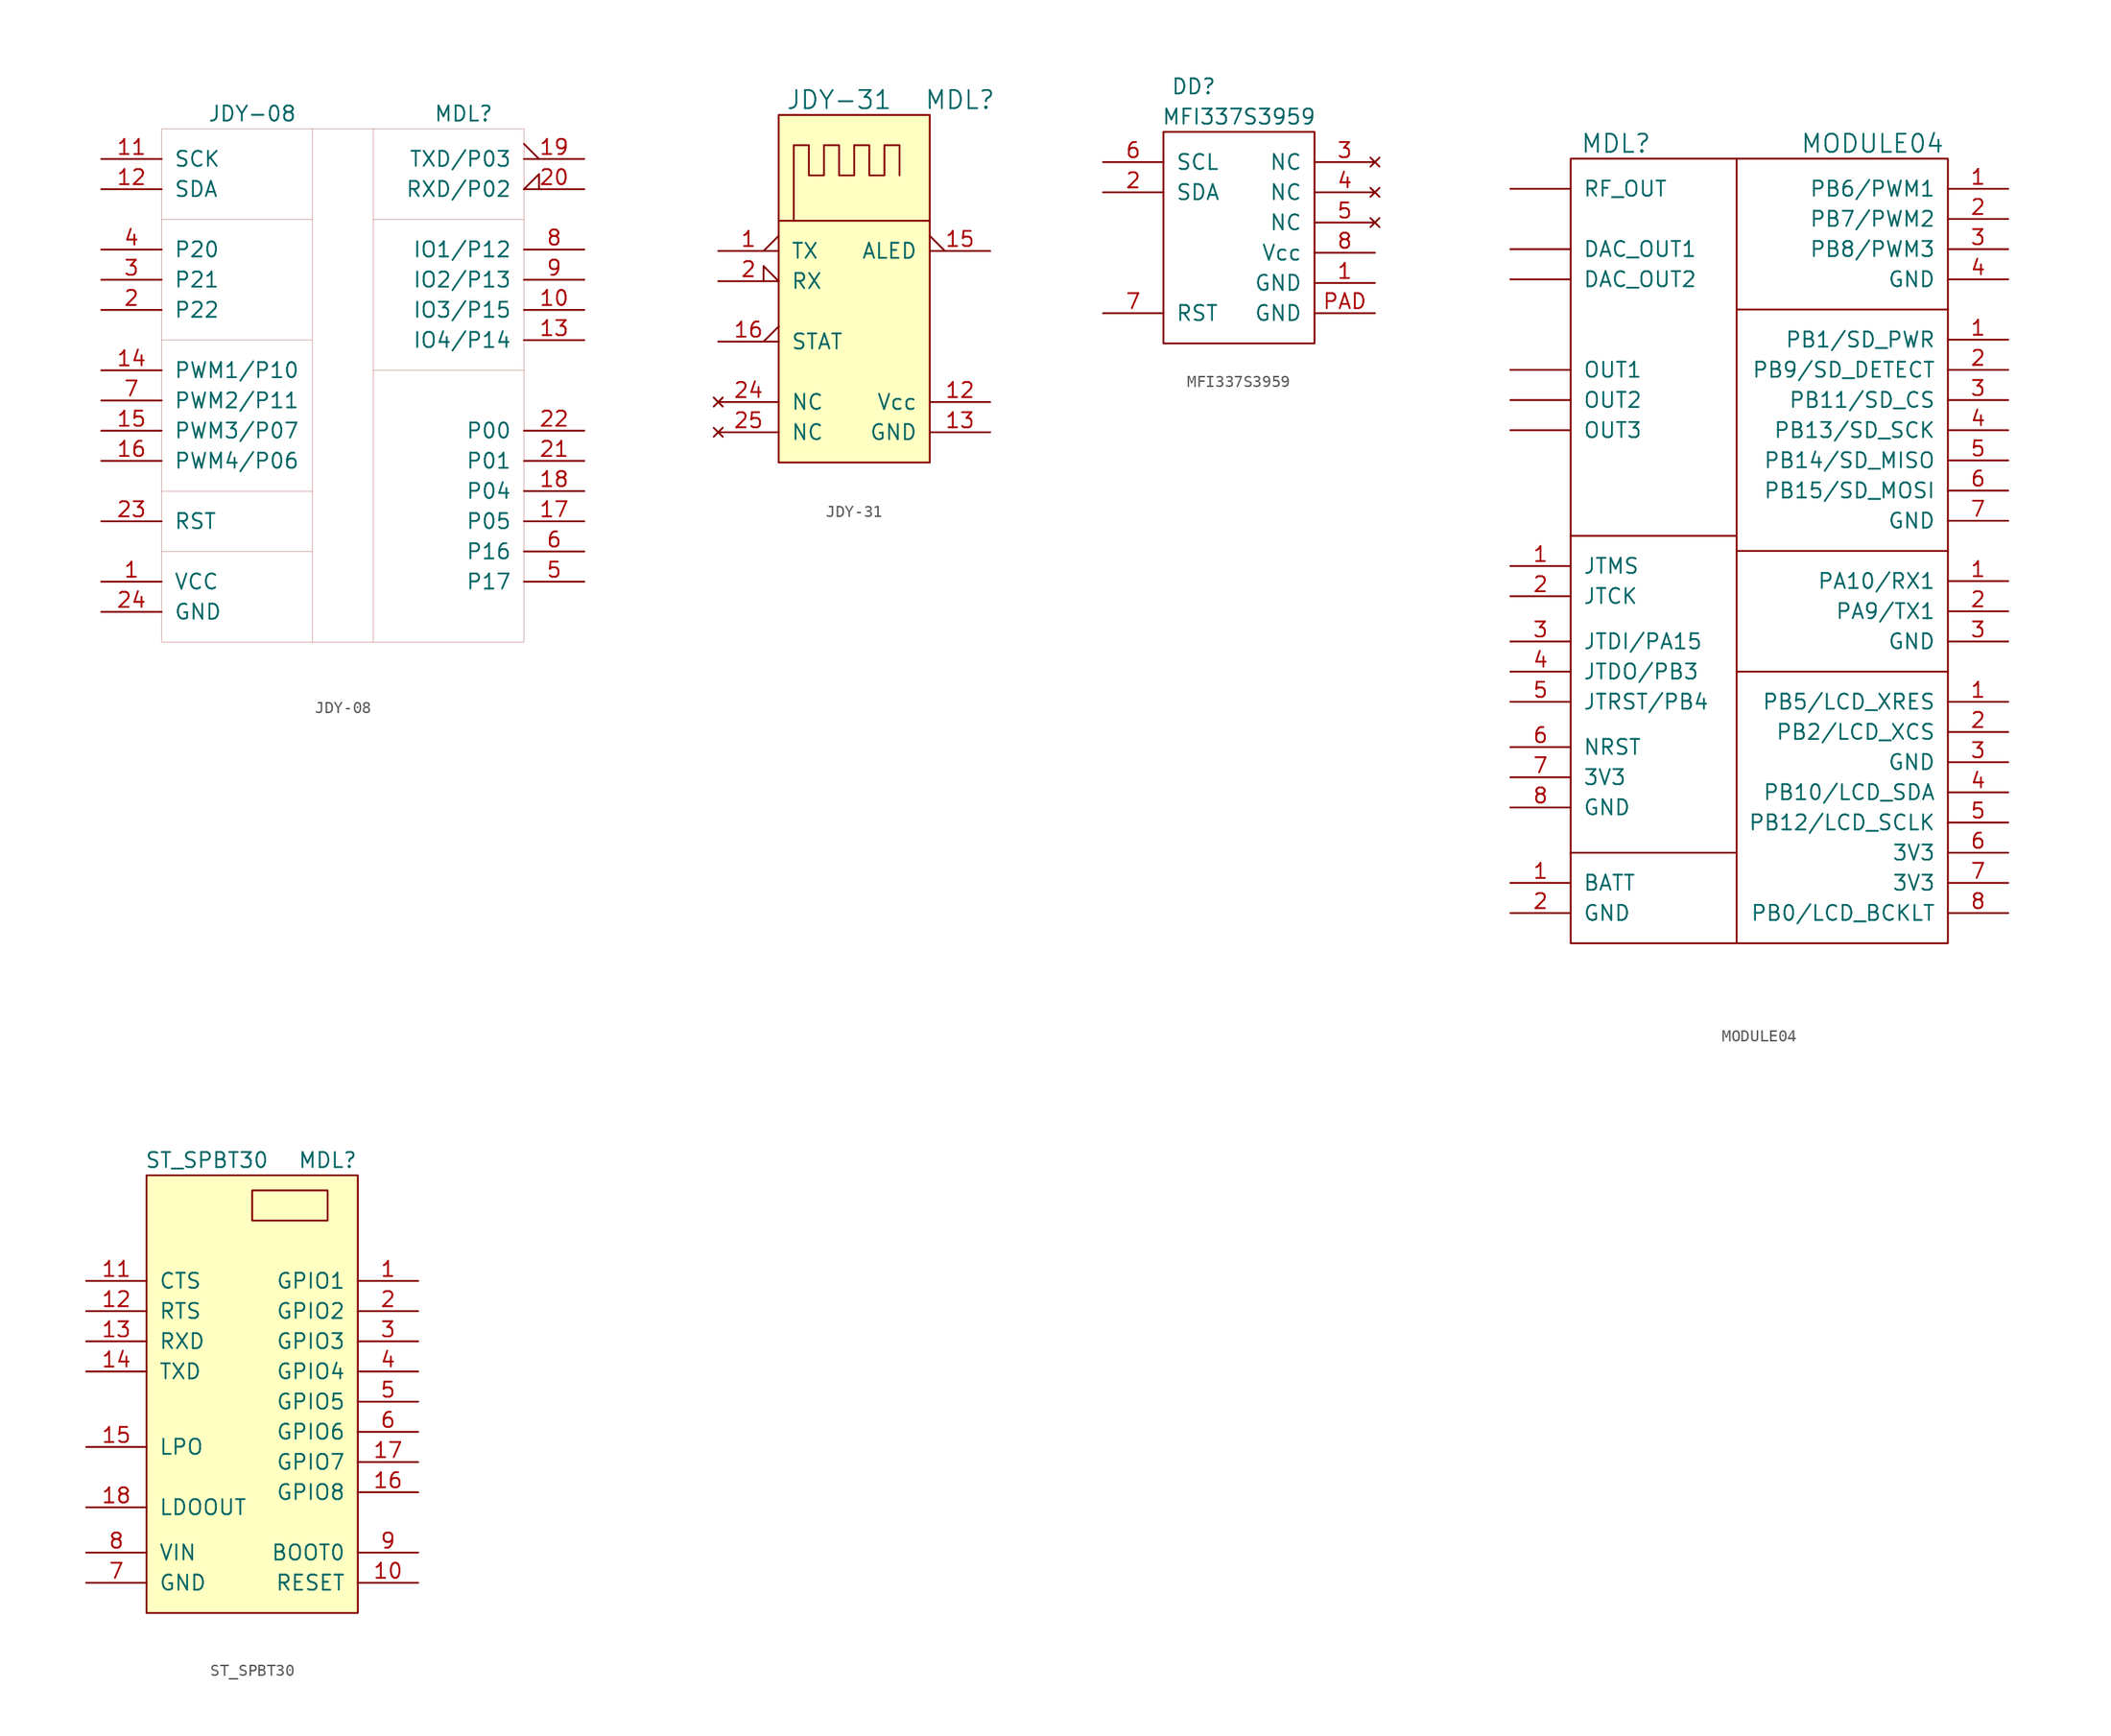
<source format=kicad_sym>
(kicad_symbol_lib
  (version 20231120)
  (generator "kicad_symbol_editor")
  (generator_version "8.0")
  (symbol "JDY-08"
    (pin_names
      (offset 1.016))
    (property "Reference" "MDL"
      (at 10.16 24.13 0)
      (effects (font (size 1.27 1.27))))
    (property "Value" "JDY-08"
      (at -7.62 24.13 0)
      (effects (font (size 1.27 1.27))))
    (symbol "JDY-08_0_1"
      (rectangle (start -15.24 22.86) (end 15.24 -20.32) (stroke (width 0.001) (type default)) (fill (type none)))
      (polyline (pts (xy -15.24 -12.7) (xy -2.54 -12.7)) (stroke (width 0.001) (type default)) (fill (type none)))
      (polyline (pts (xy -15.24 -7.62) (xy -2.54 -7.62)) (stroke (width 0.001) (type default)) (fill (type none)))
      (polyline (pts (xy -15.24 5.08) (xy -2.54 5.08)) (stroke (width 0.001) (type default)) (fill (type none)))
      (polyline (pts (xy -15.24 15.24) (xy -2.54 15.24)) (stroke (width 0.001) (type default)) (fill (type none)))
      (polyline (pts (xy -2.54 22.86) (xy -2.54 -20.32)) (stroke (width 0.001) (type default)) (fill (type none)))
      (polyline (pts (xy 2.54 22.86) (xy 2.54 -20.32)) (stroke (width 0.001) (type default)) (fill (type none)))
      (polyline (pts (xy 15.24 2.54) (xy 2.54 2.54)) (stroke (width 0.001) (type default)) (fill (type none)))
      (polyline (pts (xy 15.24 15.24) (xy 2.54 15.24)) (stroke (width 0.001) (type default)) (fill (type none))))
    (symbol "JDY-08_1_1"
      (pin power_in line (at -20.32 -15.24 0) (length 5.08) (name "VCC" (effects (font (size 1.27 1.27)))) (number "1" (effects (font (size 1.27 1.27)))))
      (pin passive line (at 20.32 7.62 180) (length 5.08) (name "IO3/P15" (effects (font (size 1.27 1.27)))) (number "10" (effects (font (size 1.27 1.27)))))
      (pin passive line (at -20.32 20.32 0) (length 5.08) (name "SCK" (effects (font (size 1.27 1.27)))) (number "11" (effects (font (size 1.27 1.27)))))
      (pin passive line (at -20.32 17.78 0) (length 5.08) (name "SDA" (effects (font (size 1.27 1.27)))) (number "12" (effects (font (size 1.27 1.27)))))
      (pin passive line (at 20.32 5.08 180) (length 5.08) (name "IO4/P14" (effects (font (size 1.27 1.27)))) (number "13" (effects (font (size 1.27 1.27)))))
      (pin passive line (at -20.32 2.54 0) (length 5.08) (name "PWM1/P10" (effects (font (size 1.27 1.27)))) (number "14" (effects (font (size 1.27 1.27)))))
      (pin passive line (at -20.32 -2.54 0) (length 5.08) (name "PWM3/P07" (effects (font (size 1.27 1.27)))) (number "15" (effects (font (size 1.27 1.27)))))
      (pin passive line (at -20.32 -5.08 0) (length 5.08) (name "PWM4/P06" (effects (font (size 1.27 1.27)))) (number "16" (effects (font (size 1.27 1.27)))))
      (pin passive line (at 20.32 -10.16 180) (length 5.08) (name "P05" (effects (font (size 1.27 1.27)))) (number "17" (effects (font (size 1.27 1.27)))))
      (pin passive line (at 20.32 -7.62 180) (length 5.08) (name "P04" (effects (font (size 1.27 1.27)))) (number "18" (effects (font (size 1.27 1.27)))))
      (pin passive output_low (at 20.32 20.32 180) (length 5.08) (name "TXD/P03" (effects (font (size 1.27 1.27)))) (number "19" (effects (font (size 1.27 1.27)))))
      (pin passive line (at -20.32 7.62 0) (length 5.08) (name "P22" (effects (font (size 1.27 1.27)))) (number "2" (effects (font (size 1.27 1.27)))))
      (pin passive input_low (at 20.32 17.78 180) (length 5.08) (name "RXD/P02" (effects (font (size 1.27 1.27)))) (number "20" (effects (font (size 1.27 1.27)))))
      (pin passive line (at 20.32 -5.08 180) (length 5.08) (name "P01" (effects (font (size 1.27 1.27)))) (number "21" (effects (font (size 1.27 1.27)))))
      (pin passive line (at 20.32 -2.54 180) (length 5.08) (name "P00" (effects (font (size 1.27 1.27)))) (number "22" (effects (font (size 1.27 1.27)))))
      (pin passive line (at -20.32 -10.16 0) (length 5.08) (name "RST" (effects (font (size 1.27 1.27)))) (number "23" (effects (font (size 1.27 1.27)))))
      (pin power_in line (at -20.32 -17.78 0) (length 5.08) (name "GND" (effects (font (size 1.27 1.27)))) (number "24" (effects (font (size 1.27 1.27)))))
      (pin passive line (at -20.32 10.16 0) (length 5.08) (name "P21" (effects (font (size 1.27 1.27)))) (number "3" (effects (font (size 1.27 1.27)))))
      (pin passive line (at -20.32 12.7 0) (length 5.08) (name "P20" (effects (font (size 1.27 1.27)))) (number "4" (effects (font (size 1.27 1.27)))))
      (pin passive line (at 20.32 -15.24 180) (length 5.08) (name "P17" (effects (font (size 1.27 1.27)))) (number "5" (effects (font (size 1.27 1.27)))))
      (pin passive line (at 20.32 -12.7 180) (length 5.08) (name "P16" (effects (font (size 1.27 1.27)))) (number "6" (effects (font (size 1.27 1.27)))))
      (pin passive line (at -20.32 0 0) (length 5.08) (name "PWM2/P11" (effects (font (size 1.27 1.27)))) (number "7" (effects (font (size 1.27 1.27)))))
      (pin passive line (at 20.32 12.7 180) (length 5.08) (name "IO1/P12" (effects (font (size 1.27 1.27)))) (number "8" (effects (font (size 1.27 1.27)))))
      (pin passive line (at 20.32 10.16 180) (length 5.08) (name "IO2/P13" (effects (font (size 1.27 1.27)))) (number "9" (effects (font (size 1.27 1.27)))))))
  (symbol "JDY-31"
    (pin_names
      (offset 1.016))
    (property "Reference" "MDL"
      (at 8.89 22.86 0)
      (effects (font (size 1.524 1.524))))
    (property "Value" "JDY-31"
      (at -1.27 22.86 0)
      (effects (font (size 1.524 1.524))))
    (property "Datasheet" ""
      (at 8.89 22.86 0)
      (effects (font (size 1.524 1.524))))
    (symbol "JDY-31_0_1"
      (rectangle (start -6.35 21.59) (end 6.35 -7.62) (stroke (width 0) (type default)) (fill (type background)))
      (polyline (pts (xy 6.35 12.7) (xy -6.35 12.7)) (stroke (width 0) (type default)) (fill (type none)))
      (polyline (pts (xy -5.08 12.7) (xy -5.08 19.05) (xy -3.81 19.05) (xy -3.81 16.51) (xy -2.54 16.51) (xy -2.54 19.05) (xy -1.27 19.05) (xy -1.27 16.51) (xy 0 16.51) (xy 0 19.05) (xy 1.27 19.05) (xy 1.27 16.51) (xy 2.54 16.51) (xy 2.54 19.05) (xy 3.81 19.05) (xy 3.81 16.51)) (stroke (width 0) (type default)) (fill (type none))))
    (symbol "JDY-31_1_1"
      (pin passive output_low (at -11.43 10.16 0) (length 5.08) (name "TX" (effects (font (size 1.27 1.27)))) (number "1" (effects (font (size 1.27 1.27)))))
      (pin power_in line (at 11.43 -2.54 180) (length 5.08) (name "Vcc" (effects (font (size 1.27 1.27)))) (number "12" (effects (font (size 1.27 1.27)))))
      (pin power_in line (at 11.43 -5.08 180) (length 5.08) (name "GND" (effects (font (size 1.27 1.27)))) (number "13" (effects (font (size 1.27 1.27)))))
      (pin passive output_low (at 11.43 10.16 180) (length 5.08) (name "ALED" (effects (font (size 1.27 1.27)))) (number "15" (effects (font (size 1.27 1.27)))))
      (pin passive output_low (at -11.43 2.54 0) (length 5.08) (name "STAT" (effects (font (size 1.27 1.27)))) (number "16" (effects (font (size 1.27 1.27)))))
      (pin passive input_low (at -11.43 7.62 0) (length 5.08) (name "RX" (effects (font (size 1.27 1.27)))) (number "2" (effects (font (size 1.27 1.27)))))
      (pin no_connect line (at -11.43 -2.54 0) (length 5.08) (name "NC" (effects (font (size 1.27 1.27)))) (number "24" (effects (font (size 1.27 1.27)))))
      (pin no_connect line (at -11.43 -5.08 0) (length 5.08) (name "NC" (effects (font (size 1.27 1.27)))) (number "25" (effects (font (size 1.27 1.27)))))))
  (symbol "MFI337S3959"
    (pin_names
      (offset 1.016))
    (property "Reference" "DD"
      (at -3.81 11.43 0)
      (effects (font (size 1.27 1.27))))
    (property "Value" "MFI337S3959"
      (at 0 8.89 0)
      (effects (font (size 1.27 1.27))))
    (symbol "MFI337S3959_0_1"
      (rectangle (start -6.35 7.62) (end 6.35 -10.16) (stroke (width 0) (type default)) (fill (type none))))
    (symbol "MFI337S3959_1_1"
      (pin passive line (at 11.43 -5.08 180) (length 5.08) (name "GND" (effects (font (size 1.27 1.27)))) (number "1" (effects (font (size 1.27 1.27)))))
      (pin passive line (at -11.43 2.54 0) (length 5.08) (name "SDA" (effects (font (size 1.27 1.27)))) (number "2" (effects (font (size 1.27 1.27)))))
      (pin no_connect line (at 11.43 5.08 180) (length 5.08) (name "NC" (effects (font (size 1.27 1.27)))) (number "3" (effects (font (size 1.27 1.27)))))
      (pin no_connect line (at 11.43 2.54 180) (length 5.08) (name "NC" (effects (font (size 1.27 1.27)))) (number "4" (effects (font (size 1.27 1.27)))))
      (pin no_connect line (at 11.43 0 180) (length 5.08) (name "NC" (effects (font (size 1.27 1.27)))) (number "5" (effects (font (size 1.27 1.27)))))
      (pin passive line (at -11.43 5.08 0) (length 5.08) (name "SCL" (effects (font (size 1.27 1.27)))) (number "6" (effects (font (size 1.27 1.27)))))
      (pin passive line (at -11.43 -7.62 0) (length 5.08) (name "RST" (effects (font (size 1.27 1.27)))) (number "7" (effects (font (size 1.27 1.27)))))
      (pin passive line (at 11.43 -2.54 180) (length 5.08) (name "Vcc" (effects (font (size 1.27 1.27)))) (number "8" (effects (font (size 1.27 1.27)))))
      (pin passive line (at 11.43 -7.62 180) (length 5.08) (name "GND" (effects (font (size 1.27 1.27)))) (number "PAD" (effects (font (size 1.27 1.27)))))))
  (symbol "MODULE04"
    (pin_names
      (offset 1.016))
    (property "Reference" "MDL"
      (at -11.43 31.75 0)
      (effects (font (size 1.524 1.524))))
    (property "Value" "MODULE04"
      (at 10.16 31.75 0)
      (effects (font (size 1.524 1.524))))
    (property "Footprint" ""
      (at 0 0 0)
      (effects (font (size 1.524 1.524))))
    (property "Datasheet" ""
      (at 0 0 0)
      (effects (font (size 1.524 1.524))))
    (symbol "MODULE04_0_1"
      (polyline (pts (xy -15.24 -27.94) (xy -1.27 -27.94) (xy -1.27 -27.94)) (stroke (width 0) (type default)) (fill (type none)))
      (polyline (pts (xy -15.24 -1.27) (xy -1.27 -1.27) (xy -1.27 -1.27)) (stroke (width 0) (type default)) (fill (type none)))
      (polyline (pts (xy -1.27 30.48) (xy -1.27 -35.56) (xy -1.27 -35.56)) (stroke (width 0) (type default)) (fill (type none)))
      (polyline (pts (xy 16.51 -12.7) (xy -1.27 -12.7) (xy -1.27 -12.7)) (stroke (width 0) (type default)) (fill (type none)))
      (polyline (pts (xy 16.51 -2.54) (xy -1.27 -2.54) (xy -1.27 -2.54)) (stroke (width 0) (type default)) (fill (type none)))
      (polyline (pts (xy 16.51 17.78) (xy -1.27 17.78) (xy -1.27 17.78)) (stroke (width 0) (type default)) (fill (type none)))
      (rectangle (start 16.51 -35.56) (end -15.24 30.48) (stroke (width 0) (type default)) (fill (type none))))
    (symbol "MODULE04_1_1"
      (pin passive line (at -20.32 -30.48 0) (length 5.08) (name "BATT" (effects (font (size 1.27 1.27)))) (number "1" (effects (font (size 1.27 1.27)))))
      (pin passive line (at -20.32 -3.81 0) (length 5.08) (name "JTMS" (effects (font (size 1.27 1.27)))) (number "1" (effects (font (size 1.27 1.27)))))
      (pin passive line (at 21.59 -5.08 180) (length 5.08) (name "PA10/RX1" (effects (font (size 1.27 1.27)))) (number "1" (effects (font (size 1.27 1.27)))))
      (pin passive line (at 21.59 15.24 180) (length 5.08) (name "PB1/SD_PWR" (effects (font (size 1.27 1.27)))) (number "1" (effects (font (size 1.27 1.27)))))
      (pin passive line (at 21.59 -15.24 180) (length 5.08) (name "PB5/LCD_XRES" (effects (font (size 1.27 1.27)))) (number "1" (effects (font (size 1.27 1.27)))))
      (pin passive line (at 21.59 27.94 180) (length 5.08) (name "PB6/PWM1" (effects (font (size 1.27 1.27)))) (number "1" (effects (font (size 1.27 1.27)))))
      (pin passive line (at -20.32 -33.02 0) (length 5.08) (name "GND" (effects (font (size 1.27 1.27)))) (number "2" (effects (font (size 1.27 1.27)))))
      (pin passive line (at -20.32 -6.35 0) (length 5.08) (name "JTCK" (effects (font (size 1.27 1.27)))) (number "2" (effects (font (size 1.27 1.27)))))
      (pin passive line (at 21.59 -7.62 180) (length 5.08) (name "PA9/TX1" (effects (font (size 1.27 1.27)))) (number "2" (effects (font (size 1.27 1.27)))))
      (pin passive line (at 21.59 -17.78 180) (length 5.08) (name "PB2/LCD_XCS" (effects (font (size 1.27 1.27)))) (number "2" (effects (font (size 1.27 1.27)))))
      (pin passive line (at 21.59 25.4 180) (length 5.08) (name "PB7/PWM2" (effects (font (size 1.27 1.27)))) (number "2" (effects (font (size 1.27 1.27)))))
      (pin passive line (at 21.59 12.7 180) (length 5.08) (name "PB9/SD_DETECT" (effects (font (size 1.27 1.27)))) (number "2" (effects (font (size 1.27 1.27)))))
      (pin passive line (at 21.59 -20.32 180) (length 5.08) (name "GND" (effects (font (size 1.27 1.27)))) (number "3" (effects (font (size 1.27 1.27)))))
      (pin passive line (at 21.59 -10.16 180) (length 5.08) (name "GND" (effects (font (size 1.27 1.27)))) (number "3" (effects (font (size 1.27 1.27)))))
      (pin passive line (at -20.32 -10.16 0) (length 5.08) (name "JTDI/PA15" (effects (font (size 1.27 1.27)))) (number "3" (effects (font (size 1.27 1.27)))))
      (pin passive line (at 21.59 10.16 180) (length 5.08) (name "PB11/SD_CS" (effects (font (size 1.27 1.27)))) (number "3" (effects (font (size 1.27 1.27)))))
      (pin passive line (at 21.59 22.86 180) (length 5.08) (name "PB8/PWM3" (effects (font (size 1.27 1.27)))) (number "3" (effects (font (size 1.27 1.27)))))
      (pin passive line (at 21.59 20.32 180) (length 5.08) (name "GND" (effects (font (size 1.27 1.27)))) (number "4" (effects (font (size 1.27 1.27)))))
      (pin passive line (at -20.32 -12.7 0) (length 5.08) (name "JTDO/PB3" (effects (font (size 1.27 1.27)))) (number "4" (effects (font (size 1.27 1.27)))))
      (pin passive line (at 21.59 -22.86 180) (length 5.08) (name "PB10/LCD_SDA" (effects (font (size 1.27 1.27)))) (number "4" (effects (font (size 1.27 1.27)))))
      (pin passive line (at 21.59 7.62 180) (length 5.08) (name "PB13/SD_SCK" (effects (font (size 1.27 1.27)))) (number "4" (effects (font (size 1.27 1.27)))))
      (pin passive line (at -20.32 -15.24 0) (length 5.08) (name "JTRST/PB4" (effects (font (size 1.27 1.27)))) (number "5" (effects (font (size 1.27 1.27)))))
      (pin passive line (at 21.59 -25.4 180) (length 5.08) (name "PB12/LCD_SCLK" (effects (font (size 1.27 1.27)))) (number "5" (effects (font (size 1.27 1.27)))))
      (pin passive line (at 21.59 5.08 180) (length 5.08) (name "PB14/SD_MISO" (effects (font (size 1.27 1.27)))) (number "5" (effects (font (size 1.27 1.27)))))
      (pin passive line (at 21.59 -27.94 180) (length 5.08) (name "3V3" (effects (font (size 1.27 1.27)))) (number "6" (effects (font (size 1.27 1.27)))))
      (pin passive line (at -20.32 -19.05 0) (length 5.08) (name "NRST" (effects (font (size 1.27 1.27)))) (number "6" (effects (font (size 1.27 1.27)))))
      (pin passive line (at 21.59 2.54 180) (length 5.08) (name "PB15/SD_MOSI" (effects (font (size 1.27 1.27)))) (number "6" (effects (font (size 1.27 1.27)))))
      (pin passive line (at -20.32 -21.59 0) (length 5.08) (name "3V3" (effects (font (size 1.27 1.27)))) (number "7" (effects (font (size 1.27 1.27)))))
      (pin passive line (at 21.59 -30.48 180) (length 5.08) (name "3V3" (effects (font (size 1.27 1.27)))) (number "7" (effects (font (size 1.27 1.27)))))
      (pin passive line (at 21.59 0 180) (length 5.08) (name "GND" (effects (font (size 1.27 1.27)))) (number "7" (effects (font (size 1.27 1.27)))))
      (pin passive line (at -20.32 -24.13 0) (length 5.08) (name "GND" (effects (font (size 1.27 1.27)))) (number "8" (effects (font (size 1.27 1.27)))))
      (pin passive line (at 21.59 -33.02 180) (length 5.08) (name "PB0/LCD_BCKLT" (effects (font (size 1.27 1.27)))) (number "8" (effects (font (size 1.27 1.27)))))
      (pin passive line (at -20.32 22.86 0) (length 5.08) (name "DAC_OUT1" (effects (font (size 1.27 1.27)))) (number "~" (effects (font (size 1.27 1.27)))))
      (pin passive line (at -20.32 20.32 0) (length 5.08) (name "DAC_OUT2" (effects (font (size 1.27 1.27)))) (number "~" (effects (font (size 1.27 1.27)))))
      (pin passive line (at -20.32 12.7 0) (length 5.08) (name "OUT1" (effects (font (size 1.27 1.27)))) (number "~" (effects (font (size 1.27 1.27)))))
      (pin passive line (at -20.32 10.16 0) (length 5.08) (name "OUT2" (effects (font (size 1.27 1.27)))) (number "~" (effects (font (size 1.27 1.27)))))
      (pin passive line (at -20.32 7.62 0) (length 5.08) (name "OUT3" (effects (font (size 1.27 1.27)))) (number "~" (effects (font (size 1.27 1.27)))))
      (pin passive line (at -20.32 27.94 0) (length 5.08) (name "RF_OUT" (effects (font (size 1.27 1.27)))) (number "~" (effects (font (size 1.27 1.27)))))))
  (symbol "ST_SPBT30"
    (pin_names
      (offset 1.016))
    (property "Reference" "MDL"
      (at 7.62 16.51 0)
      (effects (font (size 1.27 1.27))))
    (property "Value" "ST_SPBT30"
      (at -2.54 16.51 0)
      (effects (font (size 1.27 1.27))))
    (symbol "ST_SPBT30_0_1"
      (rectangle (start -7.62 15.24) (end 10.16 -21.59) (stroke (width 0) (type default)) (fill (type background)))
      (rectangle (start 1.27 13.97) (end 7.62 11.43) (stroke (width 0) (type default)) (fill (type none))))
    (symbol "ST_SPBT30_1_1"
      (pin passive line (at 15.24 6.35 180) (length 5.08) (name "GPIO1" (effects (font (size 1.27 1.27)))) (number "1" (effects (font (size 1.27 1.27)))))
      (pin passive line (at 15.24 -19.05 180) (length 5.08) (name "RESET" (effects (font (size 1.27 1.27)))) (number "10" (effects (font (size 1.27 1.27)))))
      (pin passive line (at -12.7 6.35 0) (length 5.08) (name "CTS" (effects (font (size 1.27 1.27)))) (number "11" (effects (font (size 1.27 1.27)))))
      (pin passive line (at -12.7 3.81 0) (length 5.08) (name "RTS" (effects (font (size 1.27 1.27)))) (number "12" (effects (font (size 1.27 1.27)))))
      (pin passive line (at -12.7 1.27 0) (length 5.08) (name "RXD" (effects (font (size 1.27 1.27)))) (number "13" (effects (font (size 1.27 1.27)))))
      (pin passive line (at -12.7 -1.27 0) (length 5.08) (name "TXD" (effects (font (size 1.27 1.27)))) (number "14" (effects (font (size 1.27 1.27)))))
      (pin passive line (at -12.7 -7.62 0) (length 5.08) (name "LPO" (effects (font (size 1.27 1.27)))) (number "15" (effects (font (size 1.27 1.27)))))
      (pin passive line (at 15.24 -11.43 180) (length 5.08) (name "GPIO8" (effects (font (size 1.27 1.27)))) (number "16" (effects (font (size 1.27 1.27)))))
      (pin passive line (at 15.24 -8.89 180) (length 5.08) (name "GPIO7" (effects (font (size 1.27 1.27)))) (number "17" (effects (font (size 1.27 1.27)))))
      (pin passive line (at -12.7 -12.7 0) (length 5.08) (name "LDOOUT" (effects (font (size 1.27 1.27)))) (number "18" (effects (font (size 1.27 1.27)))))
      (pin passive line (at 15.24 3.81 180) (length 5.08) (name "GPIO2" (effects (font (size 1.27 1.27)))) (number "2" (effects (font (size 1.27 1.27)))))
      (pin passive line (at 15.24 1.27 180) (length 5.08) (name "GPIO3" (effects (font (size 1.27 1.27)))) (number "3" (effects (font (size 1.27 1.27)))))
      (pin passive line (at 15.24 -1.27 180) (length 5.08) (name "GPIO4" (effects (font (size 1.27 1.27)))) (number "4" (effects (font (size 1.27 1.27)))))
      (pin passive line (at 15.24 -3.81 180) (length 5.08) (name "GPIO5" (effects (font (size 1.27 1.27)))) (number "5" (effects (font (size 1.27 1.27)))))
      (pin passive line (at 15.24 -6.35 180) (length 5.08) (name "GPIO6" (effects (font (size 1.27 1.27)))) (number "6" (effects (font (size 1.27 1.27)))))
      (pin power_in line (at -12.7 -19.05 0) (length 5.08) (name "GND" (effects (font (size 1.27 1.27)))) (number "7" (effects (font (size 1.27 1.27)))))
      (pin power_in line (at -12.7 -16.51 0) (length 5.08) (name "VIN" (effects (font (size 1.27 1.27)))) (number "8" (effects (font (size 1.27 1.27)))))
      (pin passive line (at 15.24 -16.51 180) (length 5.08) (name "BOOT0" (effects (font (size 1.27 1.27)))) (number "9" (effects (font (size 1.27 1.27))))))))
</source>
